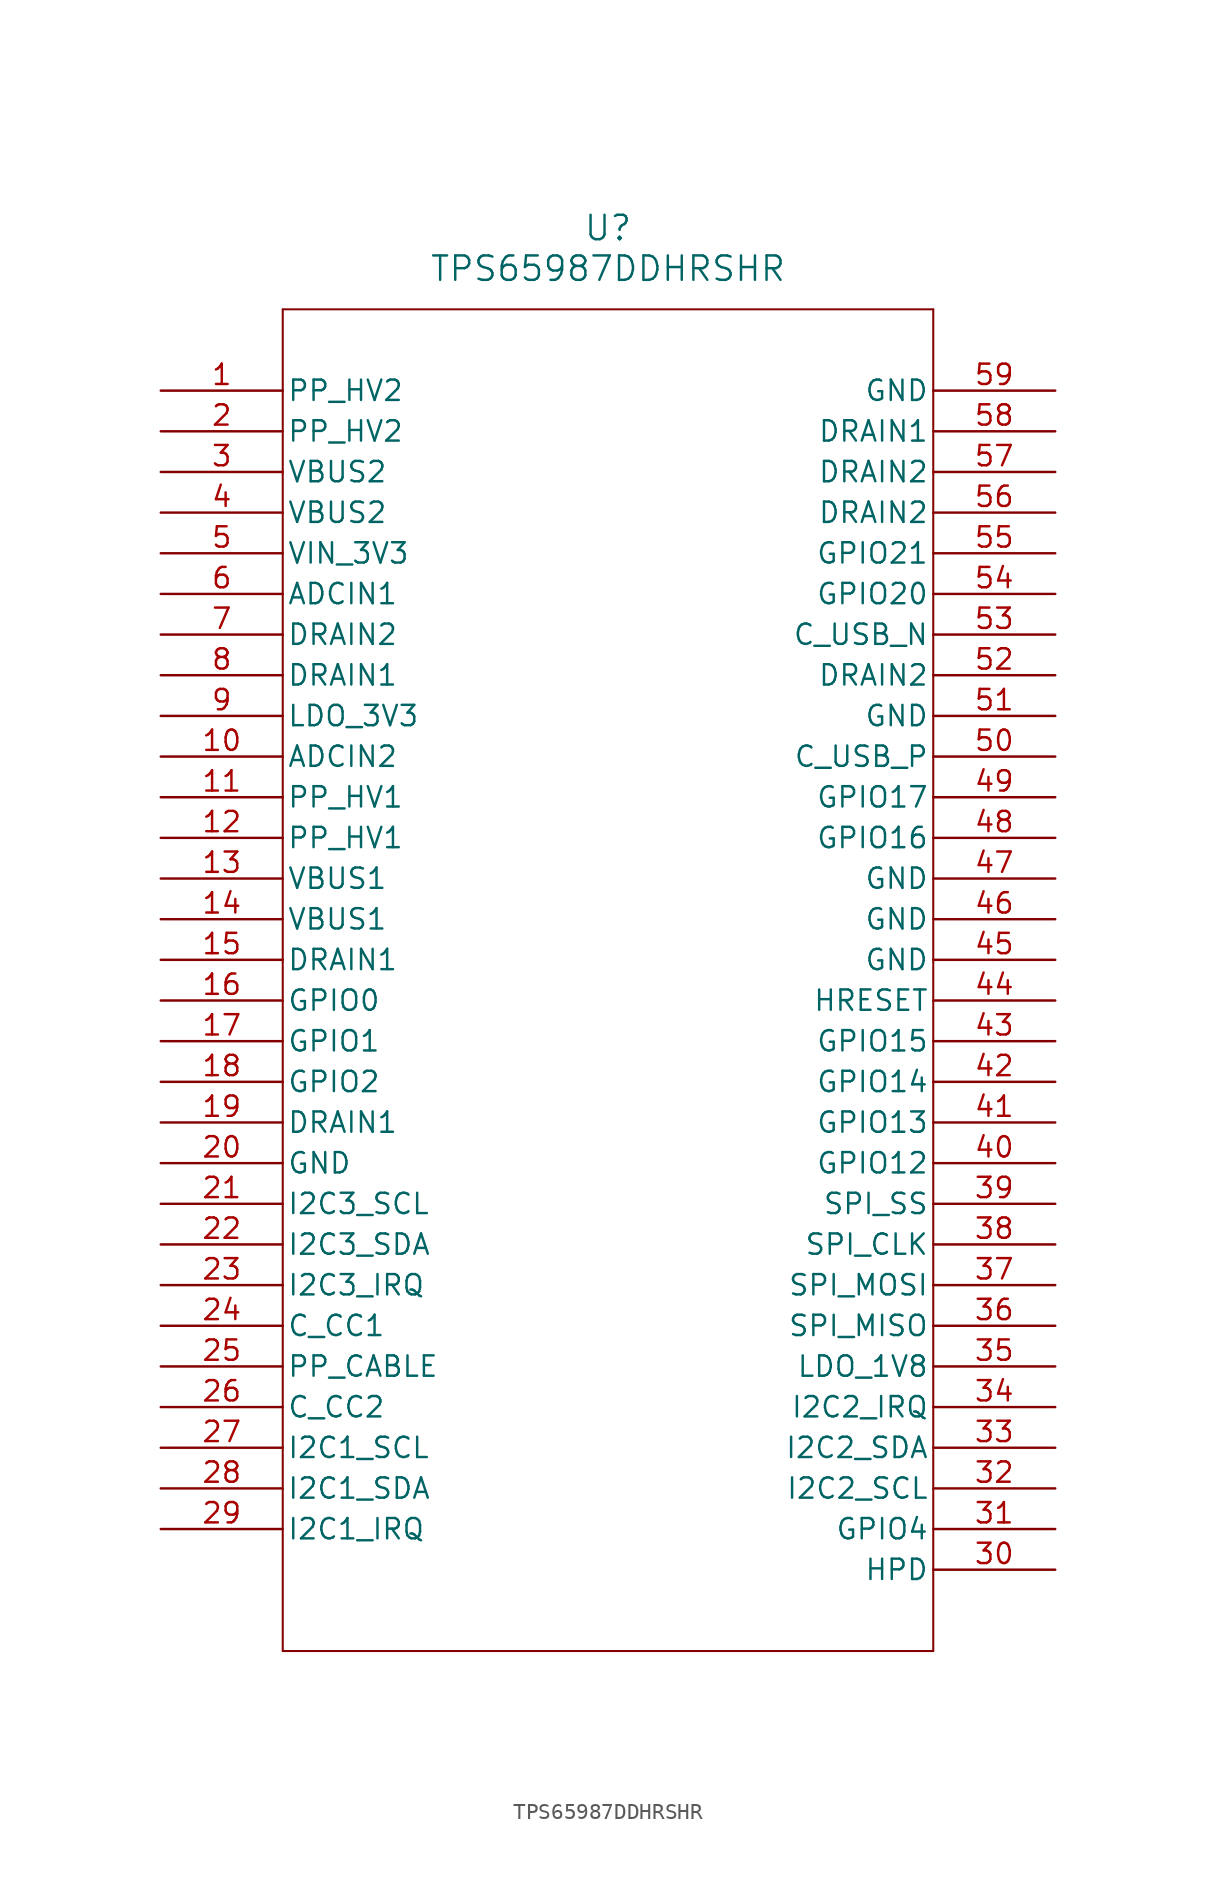
<source format=kicad_sym>
(kicad_symbol_lib
  (version 20211014)
  (generator kicad_symbol_editor)
  (symbol "TPS65987DDHRSHR"
    (pin_names
      (offset 0.254))
    (property "Reference" "U"
      (at 27.94 10.16 0)
      (effects (font (size 1.524 1.524))))
    (property "Value" "TPS65987DDHRSHR"
      (at 27.94 7.62 0)
      (effects (font (size 1.524 1.524))))
    (symbol "TPS65987DDHRSHR_0_1"
      (polyline (pts (xy 7.62 5.08) (xy 7.62 -78.74)) (stroke (width 0.127) (type default) (color 0 0 0 0)) (fill (type none)))
      (polyline (pts (xy 7.62 -78.74) (xy 48.26 -78.74)) (stroke (width 0.127) (type default) (color 0 0 0 0)) (fill (type none)))
      (polyline (pts (xy 48.26 -78.74) (xy 48.26 5.08)) (stroke (width 0.127) (type default) (color 0 0 0 0)) (fill (type none)))
      (polyline (pts (xy 48.26 5.08) (xy 7.62 5.08)) (stroke (width 0.127) (type default) (color 0 0 0 0)) (fill (type none)))
      (pin unspecified line (at 0 0 0) (length 7.62) (name "PP_HV2" (effects (font (size 1.27 1.27)))) (number "1" (effects (font (size 1.27 1.27)))))
      (pin unspecified line (at 0 -2.54 0) (length 7.62) (name "PP_HV2" (effects (font (size 1.27 1.27)))) (number "2" (effects (font (size 1.27 1.27)))))
      (pin power_in line (at 0 -5.08 0) (length 7.62) (name "VBUS2" (effects (font (size 1.27 1.27)))) (number "3" (effects (font (size 1.27 1.27)))))
      (pin power_in line (at 0 -7.62 0) (length 7.62) (name "VBUS2" (effects (font (size 1.27 1.27)))) (number "4" (effects (font (size 1.27 1.27)))))
      (pin input line (at 0 -10.16 0) (length 7.62) (name "VIN_3V3" (effects (font (size 1.27 1.27)))) (number "5" (effects (font (size 1.27 1.27)))))
      (pin input line (at 0 -12.7 0) (length 7.62) (name "ADCIN1" (effects (font (size 1.27 1.27)))) (number "6" (effects (font (size 1.27 1.27)))))
      (pin unspecified line (at 0 -15.24 0) (length 7.62) (name "DRAIN2" (effects (font (size 1.27 1.27)))) (number "7" (effects (font (size 1.27 1.27)))))
      (pin unspecified line (at 0 -17.78 0) (length 7.62) (name "DRAIN1" (effects (font (size 1.27 1.27)))) (number "8" (effects (font (size 1.27 1.27)))))
      (pin output line (at 0 -20.32 0) (length 7.62) (name "LDO_3V3" (effects (font (size 1.27 1.27)))) (number "9" (effects (font (size 1.27 1.27)))))
      (pin input line (at 0 -22.86 0) (length 7.62) (name "ADCIN2" (effects (font (size 1.27 1.27)))) (number "10" (effects (font (size 1.27 1.27)))))
      (pin unspecified line (at 0 -25.4 0) (length 7.62) (name "PP_HV1" (effects (font (size 1.27 1.27)))) (number "11" (effects (font (size 1.27 1.27)))))
      (pin unspecified line (at 0 -27.94 0) (length 7.62) (name "PP_HV1" (effects (font (size 1.27 1.27)))) (number "12" (effects (font (size 1.27 1.27)))))
      (pin power_in line (at 0 -30.48 0) (length 7.62) (name "VBUS1" (effects (font (size 1.27 1.27)))) (number "13" (effects (font (size 1.27 1.27)))))
      (pin power_in line (at 0 -33.02 0) (length 7.62) (name "VBUS1" (effects (font (size 1.27 1.27)))) (number "14" (effects (font (size 1.27 1.27)))))
      (pin unspecified line (at 0 -35.56 0) (length 7.62) (name "DRAIN1" (effects (font (size 1.27 1.27)))) (number "15" (effects (font (size 1.27 1.27)))))
      (pin bidirectional line (at 0 -38.1 0) (length 7.62) (name "GPIO0" (effects (font (size 1.27 1.27)))) (number "16" (effects (font (size 1.27 1.27)))))
      (pin bidirectional line (at 0 -40.64 0) (length 7.62) (name "GPIO1" (effects (font (size 1.27 1.27)))) (number "17" (effects (font (size 1.27 1.27)))))
      (pin bidirectional line (at 0 -43.18 0) (length 7.62) (name "GPIO2" (effects (font (size 1.27 1.27)))) (number "18" (effects (font (size 1.27 1.27)))))
      (pin unspecified line (at 0 -45.72 0) (length 7.62) (name "DRAIN1" (effects (font (size 1.27 1.27)))) (number "19" (effects (font (size 1.27 1.27)))))
      (pin power_in line (at 0 -48.26 0) (length 7.62) (name "GND" (effects (font (size 1.27 1.27)))) (number "20" (effects (font (size 1.27 1.27)))))
      (pin bidirectional line (at 0 -50.8 0) (length 7.62) (name "I2C3_SCL" (effects (font (size 1.27 1.27)))) (number "21" (effects (font (size 1.27 1.27)))))
      (pin bidirectional line (at 0 -53.34 0) (length 7.62) (name "I2C3_SDA" (effects (font (size 1.27 1.27)))) (number "22" (effects (font (size 1.27 1.27)))))
      (pin bidirectional line (at 0 -55.88 0) (length 7.62) (name "I2C3_IRQ" (effects (font (size 1.27 1.27)))) (number "23" (effects (font (size 1.27 1.27)))))
      (pin bidirectional line (at 0 -58.42 0) (length 7.62) (name "C_CC1" (effects (font (size 1.27 1.27)))) (number "24" (effects (font (size 1.27 1.27)))))
      (pin input line (at 0 -60.96 0) (length 7.62) (name "PP_CABLE" (effects (font (size 1.27 1.27)))) (number "25" (effects (font (size 1.27 1.27)))))
      (pin bidirectional line (at 0 -63.5 0) (length 7.62) (name "C_CC2" (effects (font (size 1.27 1.27)))) (number "26" (effects (font (size 1.27 1.27)))))
      (pin bidirectional line (at 0 -66.04 0) (length 7.62) (name "I2C1_SCL" (effects (font (size 1.27 1.27)))) (number "27" (effects (font (size 1.27 1.27)))))
      (pin bidirectional line (at 0 -68.58 0) (length 7.62) (name "I2C1_SDA" (effects (font (size 1.27 1.27)))) (number "28" (effects (font (size 1.27 1.27)))))
      (pin output line (at 0 -71.12 0) (length 7.62) (name "I2C1_IRQ" (effects (font (size 1.27 1.27)))) (number "29" (effects (font (size 1.27 1.27)))))
      (pin bidirectional line (at 55.88 -73.66 180) (length 7.62) (name "HPD" (effects (font (size 1.27 1.27)))) (number "30" (effects (font (size 1.27 1.27)))))
      (pin bidirectional line (at 55.88 -71.12 180) (length 7.62) (name "GPIO4" (effects (font (size 1.27 1.27)))) (number "31" (effects (font (size 1.27 1.27)))))
      (pin bidirectional line (at 55.88 -68.58 180) (length 7.62) (name "I2C2_SCL" (effects (font (size 1.27 1.27)))) (number "32" (effects (font (size 1.27 1.27)))))
      (pin bidirectional line (at 55.88 -66.04 180) (length 7.62) (name "I2C2_SDA" (effects (font (size 1.27 1.27)))) (number "33" (effects (font (size 1.27 1.27)))))
      (pin output line (at 55.88 -63.5 180) (length 7.62) (name "I2C2_IRQ" (effects (font (size 1.27 1.27)))) (number "34" (effects (font (size 1.27 1.27)))))
      (pin output line (at 55.88 -60.96 180) (length 7.62) (name "LDO_1V8" (effects (font (size 1.27 1.27)))) (number "35" (effects (font (size 1.27 1.27)))))
      (pin bidirectional line (at 55.88 -58.42 180) (length 7.62) (name "SPI_MISO" (effects (font (size 1.27 1.27)))) (number "36" (effects (font (size 1.27 1.27)))))
      (pin bidirectional line (at 55.88 -55.88 180) (length 7.62) (name "SPI_MOSI" (effects (font (size 1.27 1.27)))) (number "37" (effects (font (size 1.27 1.27)))))
      (pin bidirectional line (at 55.88 -53.34 180) (length 7.62) (name "SPI_CLK" (effects (font (size 1.27 1.27)))) (number "38" (effects (font (size 1.27 1.27)))))
      (pin bidirectional line (at 55.88 -50.8 180) (length 7.62) (name "SPI_SS" (effects (font (size 1.27 1.27)))) (number "39" (effects (font (size 1.27 1.27)))))
      (pin bidirectional line (at 55.88 -48.26 180) (length 7.62) (name "GPIO12" (effects (font (size 1.27 1.27)))) (number "40" (effects (font (size 1.27 1.27)))))
      (pin bidirectional line (at 55.88 -45.72 180) (length 7.62) (name "GPIO13" (effects (font (size 1.27 1.27)))) (number "41" (effects (font (size 1.27 1.27)))))
      (pin bidirectional line (at 55.88 -43.18 180) (length 7.62) (name "GPIO14" (effects (font (size 1.27 1.27)))) (number "42" (effects (font (size 1.27 1.27)))))
      (pin bidirectional line (at 55.88 -40.64 180) (length 7.62) (name "GPIO15" (effects (font (size 1.27 1.27)))) (number "43" (effects (font (size 1.27 1.27)))))
      (pin bidirectional line (at 55.88 -38.1 180) (length 7.62) (name "HRESET" (effects (font (size 1.27 1.27)))) (number "44" (effects (font (size 1.27 1.27)))))
      (pin power_in line (at 55.88 -35.56 180) (length 7.62) (name "GND" (effects (font (size 1.27 1.27)))) (number "45" (effects (font (size 1.27 1.27)))))
      (pin power_in line (at 55.88 -33.02 180) (length 7.62) (name "GND" (effects (font (size 1.27 1.27)))) (number "46" (effects (font (size 1.27 1.27)))))
      (pin power_in line (at 55.88 -30.48 180) (length 7.62) (name "GND" (effects (font (size 1.27 1.27)))) (number "47" (effects (font (size 1.27 1.27)))))
      (pin bidirectional line (at 55.88 -27.94 180) (length 7.62) (name "GPIO16" (effects (font (size 1.27 1.27)))) (number "48" (effects (font (size 1.27 1.27)))))
      (pin bidirectional line (at 55.88 -25.4 180) (length 7.62) (name "GPIO17" (effects (font (size 1.27 1.27)))) (number "49" (effects (font (size 1.27 1.27)))))
      (pin bidirectional line (at 55.88 -22.86 180) (length 7.62) (name "C_USB_P" (effects (font (size 1.27 1.27)))) (number "50" (effects (font (size 1.27 1.27)))))
      (pin power_in line (at 55.88 -20.32 180) (length 7.62) (name "GND" (effects (font (size 1.27 1.27)))) (number "51" (effects (font (size 1.27 1.27)))))
      (pin unspecified line (at 55.88 -17.78 180) (length 7.62) (name "DRAIN2" (effects (font (size 1.27 1.27)))) (number "52" (effects (font (size 1.27 1.27)))))
      (pin bidirectional line (at 55.88 -15.24 180) (length 7.62) (name "C_USB_N" (effects (font (size 1.27 1.27)))) (number "53" (effects (font (size 1.27 1.27)))))
      (pin bidirectional line (at 55.88 -12.7 180) (length 7.62) (name "GPIO20" (effects (font (size 1.27 1.27)))) (number "54" (effects (font (size 1.27 1.27)))))
      (pin bidirectional line (at 55.88 -10.16 180) (length 7.62) (name "GPIO21" (effects (font (size 1.27 1.27)))) (number "55" (effects (font (size 1.27 1.27)))))
      (pin unspecified line (at 55.88 -7.62 180) (length 7.62) (name "DRAIN2" (effects (font (size 1.27 1.27)))) (number "56" (effects (font (size 1.27 1.27)))))
      (pin unspecified line (at 55.88 -5.08 180) (length 7.62) (name "DRAIN2" (effects (font (size 1.27 1.27)))) (number "57" (effects (font (size 1.27 1.27)))))
      (pin unspecified line (at 55.88 -2.54 180) (length 7.62) (name "DRAIN1" (effects (font (size 1.27 1.27)))) (number "58" (effects (font (size 1.27 1.27)))))
      (pin power_in line (at 55.88 0 180) (length 7.62) (name "GND" (effects (font (size 1.27 1.27)))) (number "59" (effects (font (size 1.27 1.27))))))))
</source>
